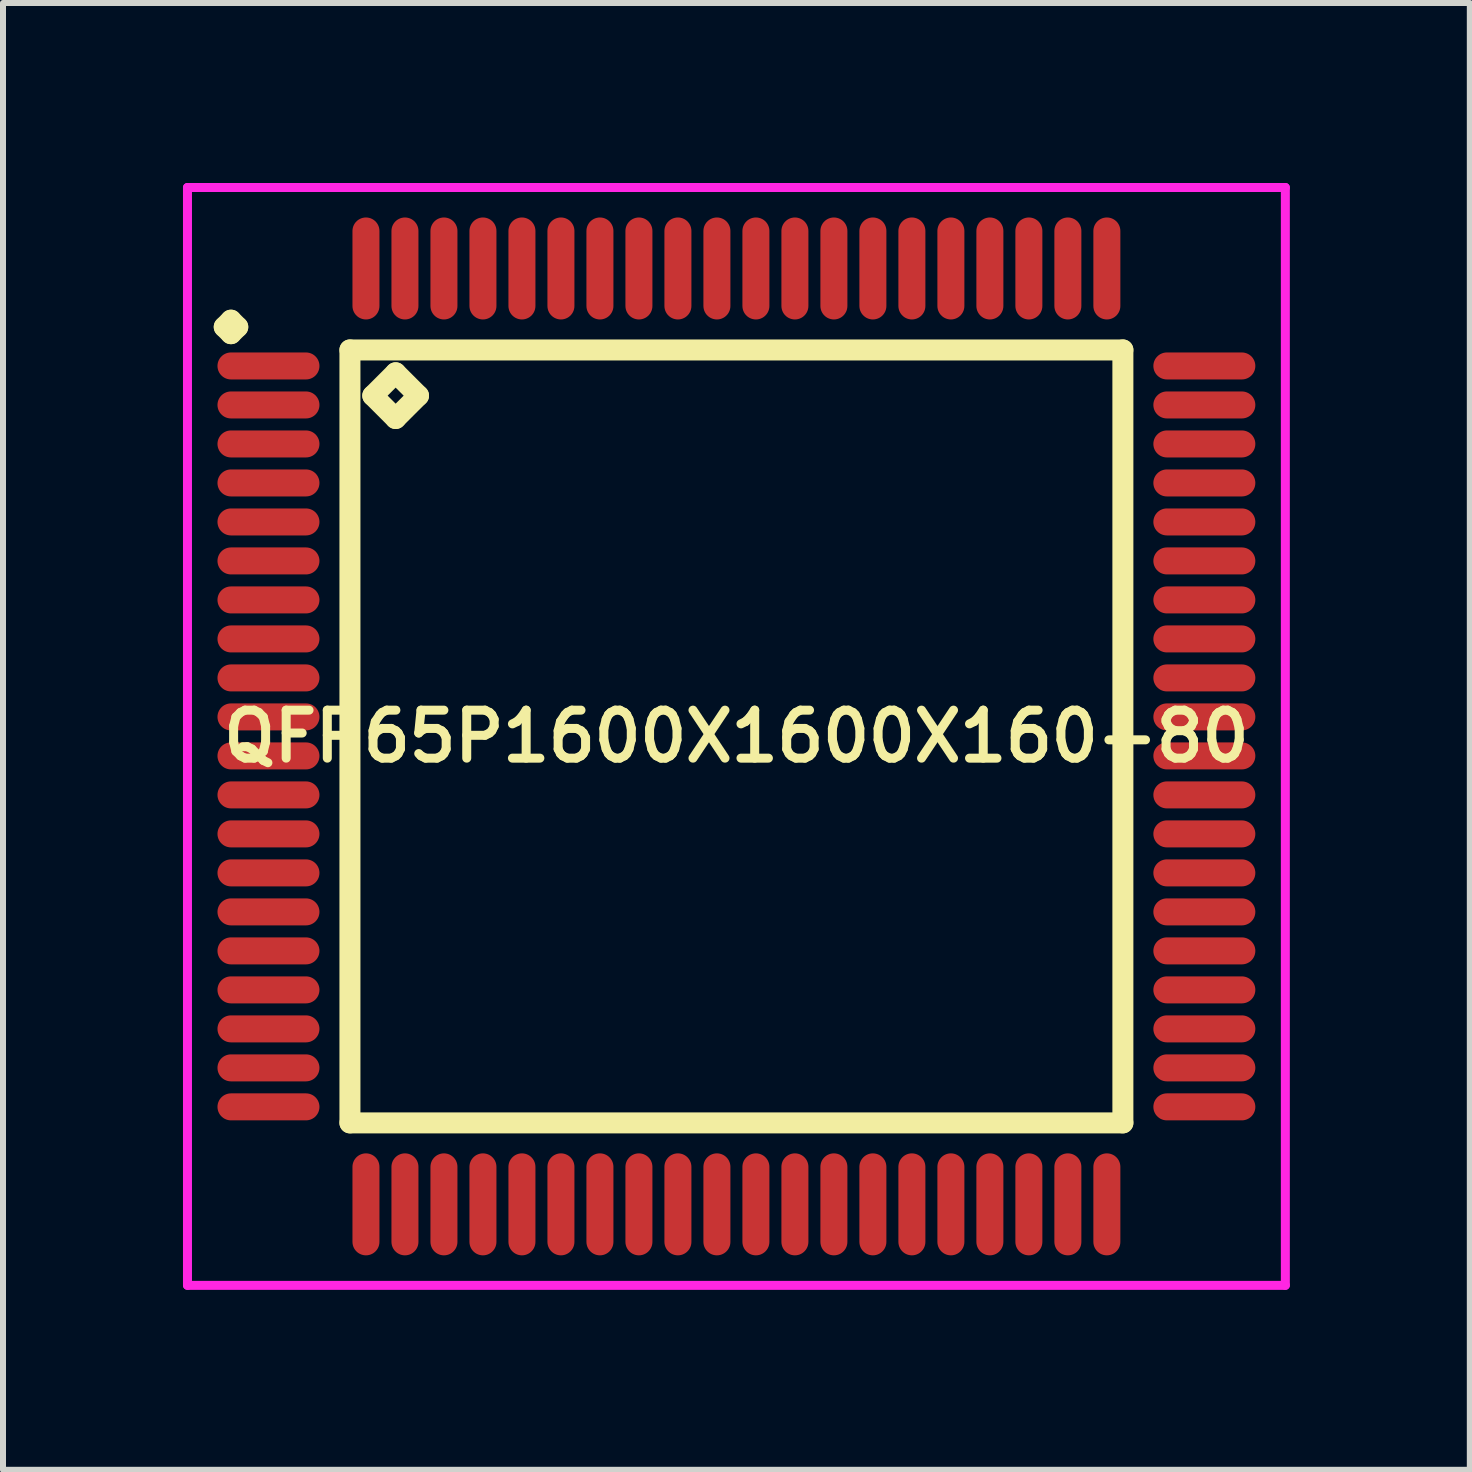
<source format=kicad_pcb>
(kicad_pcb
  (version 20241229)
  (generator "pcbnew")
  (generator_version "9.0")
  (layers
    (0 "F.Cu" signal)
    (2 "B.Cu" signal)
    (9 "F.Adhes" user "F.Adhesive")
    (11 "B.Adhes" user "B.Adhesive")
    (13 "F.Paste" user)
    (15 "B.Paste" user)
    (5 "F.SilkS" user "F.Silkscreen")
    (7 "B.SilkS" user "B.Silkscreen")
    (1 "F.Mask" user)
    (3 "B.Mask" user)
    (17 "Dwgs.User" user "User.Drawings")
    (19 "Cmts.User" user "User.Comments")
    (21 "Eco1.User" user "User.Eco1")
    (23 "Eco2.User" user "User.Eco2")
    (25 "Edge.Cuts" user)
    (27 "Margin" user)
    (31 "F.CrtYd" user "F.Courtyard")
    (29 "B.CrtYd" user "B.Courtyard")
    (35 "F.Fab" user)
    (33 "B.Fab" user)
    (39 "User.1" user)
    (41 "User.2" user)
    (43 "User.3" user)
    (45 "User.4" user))
  (footprint "QFP65P1600X1600X160-80"
    (layer "F.Cu")
    (at 9.225 9.225)
    (property "Reference" "QFP65P1600X1600X160-80" (at 0 0 0) (layer "F.SilkS") (effects (font (size 0.8 0.8) (thickness 0.15))))
    (attr smd)
    (fp_line (start -8.537 -6.825) (end -8.425 -6.938) (stroke (width 0.35) (type solid)) (layer "F.SilkS"))
    (fp_line (start -8.425 -6.938) (end -8.312 -6.825) (stroke (width 0.35) (type solid)) (layer "F.SilkS"))
    (fp_line (start -8.425 -6.713) (end -8.537 -6.825) (stroke (width 0.35) (type solid)) (layer "F.SilkS"))
    (fp_line (start -8.312 -6.825) (end -8.425 -6.713) (stroke (width 0.35) (type solid)) (layer "F.SilkS"))
    (fp_line (start -6.442 -6.442) (end -6.442 6.442) (stroke (width 0.35) (type solid)) (layer "F.SilkS"))
    (fp_line (start -6.442 6.442) (end 6.442 6.442) (stroke (width 0.35) (type solid)) (layer "F.SilkS"))
    (fp_line (start -6.061 -5.68) (end -5.68 -6.061) (stroke (width 0.35) (type solid)) (layer "F.SilkS"))
    (fp_line (start -5.68 -6.061) (end -5.299 -5.68) (stroke (width 0.35) (type solid)) (layer "F.SilkS"))
    (fp_line (start -5.68 -5.299) (end -6.061 -5.68) (stroke (width 0.35) (type solid)) (layer "F.SilkS"))
    (fp_line (start -5.299 -5.68) (end -5.68 -5.299) (stroke (width 0.35) (type solid)) (layer "F.SilkS"))
    (fp_line (start 6.442 -6.442) (end -6.442 -6.442) (stroke (width 0.35) (type solid)) (layer "F.SilkS"))
    (fp_line (start 6.442 6.442) (end 6.442 -6.442) (stroke (width 0.35) (type solid)) (layer "F.SilkS"))
    (fp_line (start -9.15 -9.15) (end 9.15 -9.15) (stroke (width 0.15) (type solid)) (layer "F.CrtYd"))
    (fp_line (start -9.15 9.15) (end -9.15 -9.15) (stroke (width 0.15) (type solid)) (layer "F.CrtYd"))
    (fp_line (start 9.15 -9.15) (end 9.15 9.15) (stroke (width 0.15) (type solid)) (layer "F.CrtYd"))
    (fp_line (start 9.15 9.15) (end -9.15 9.15) (stroke (width 0.15) (type solid)) (layer "F.CrtYd"))
    (pad "1" smd oval (at -7.8 -6.175) (size 1.7 0.45) (layers "F.Cu" "F.Mask" "F.Paste"))
    (pad "2" smd oval (at -7.8 -5.525) (size 1.7 0.45) (layers "F.Cu" "F.Mask" "F.Paste"))
    (pad "3" smd oval (at -7.8 -4.875) (size 1.7 0.45) (layers "F.Cu" "F.Mask" "F.Paste"))
    (pad "4" smd oval (at -7.8 -4.225) (size 1.7 0.45) (layers "F.Cu" "F.Mask" "F.Paste"))
    (pad "5" smd oval (at -7.8 -3.575) (size 1.7 0.45) (layers "F.Cu" "F.Mask" "F.Paste"))
    (pad "6" smd oval (at -7.8 -2.925) (size 1.7 0.45) (layers "F.Cu" "F.Mask" "F.Paste"))
    (pad "7" smd oval (at -7.8 -2.275) (size 1.7 0.45) (layers "F.Cu" "F.Mask" "F.Paste"))
    (pad "8" smd oval (at -7.8 -1.625) (size 1.7 0.45) (layers "F.Cu" "F.Mask" "F.Paste"))
    (pad "9" smd oval (at -7.8 -0.975) (size 1.7 0.45) (layers "F.Cu" "F.Mask" "F.Paste"))
    (pad "10" smd oval (at -7.8 -0.325) (size 1.7 0.45) (layers "F.Cu" "F.Mask" "F.Paste"))
    (pad "11" smd oval (at -7.8 0.325) (size 1.7 0.45) (layers "F.Cu" "F.Mask" "F.Paste"))
    (pad "12" smd oval (at -7.8 0.975) (size 1.7 0.45) (layers "F.Cu" "F.Mask" "F.Paste"))
    (pad "13" smd oval (at -7.8 1.625) (size 1.7 0.45) (layers "F.Cu" "F.Mask" "F.Paste"))
    (pad "14" smd oval (at -7.8 2.275) (size 1.7 0.45) (layers "F.Cu" "F.Mask" "F.Paste"))
    (pad "15" smd oval (at -7.8 2.925) (size 1.7 0.45) (layers "F.Cu" "F.Mask" "F.Paste"))
    (pad "16" smd oval (at -7.8 3.575) (size 1.7 0.45) (layers "F.Cu" "F.Mask" "F.Paste"))
    (pad "17" smd oval (at -7.8 4.225) (size 1.7 0.45) (layers "F.Cu" "F.Mask" "F.Paste"))
    (pad "18" smd oval (at -7.8 4.875) (size 1.7 0.45) (layers "F.Cu" "F.Mask" "F.Paste"))
    (pad "19" smd oval (at -7.8 5.525) (size 1.7 0.45) (layers "F.Cu" "F.Mask" "F.Paste"))
    (pad "20" smd oval (at -7.8 6.175) (size 1.7 0.45) (layers "F.Cu" "F.Mask" "F.Paste"))
    (pad "21" smd oval (at -6.175 7.8) (size 0.45 1.7) (layers "F.Cu" "F.Mask" "F.Paste"))
    (pad "22" smd oval (at -5.525 7.8) (size 0.45 1.7) (layers "F.Cu" "F.Mask" "F.Paste"))
    (pad "23" smd oval (at -4.875 7.8) (size 0.45 1.7) (layers "F.Cu" "F.Mask" "F.Paste"))
    (pad "24" smd oval (at -4.225 7.8) (size 0.45 1.7) (layers "F.Cu" "F.Mask" "F.Paste"))
    (pad "25" smd oval (at -3.575 7.8) (size 0.45 1.7) (layers "F.Cu" "F.Mask" "F.Paste"))
    (pad "26" smd oval (at -2.925 7.8) (size 0.45 1.7) (layers "F.Cu" "F.Mask" "F.Paste"))
    (pad "27" smd oval (at -2.275 7.8) (size 0.45 1.7) (layers "F.Cu" "F.Mask" "F.Paste"))
    (pad "28" smd oval (at -1.625 7.8) (size 0.45 1.7) (layers "F.Cu" "F.Mask" "F.Paste"))
    (pad "29" smd oval (at -0.975 7.8) (size 0.45 1.7) (layers "F.Cu" "F.Mask" "F.Paste"))
    (pad "30" smd oval (at -0.325 7.8) (size 0.45 1.7) (layers "F.Cu" "F.Mask" "F.Paste"))
    (pad "31" smd oval (at 0.325 7.8) (size 0.45 1.7) (layers "F.Cu" "F.Mask" "F.Paste"))
    (pad "32" smd oval (at 0.975 7.8) (size 0.45 1.7) (layers "F.Cu" "F.Mask" "F.Paste"))
    (pad "33" smd oval (at 1.625 7.8) (size 0.45 1.7) (layers "F.Cu" "F.Mask" "F.Paste"))
    (pad "34" smd oval (at 2.275 7.8) (size 0.45 1.7) (layers "F.Cu" "F.Mask" "F.Paste"))
    (pad "35" smd oval (at 2.925 7.8) (size 0.45 1.7) (layers "F.Cu" "F.Mask" "F.Paste"))
    (pad "36" smd oval (at 3.575 7.8) (size 0.45 1.7) (layers "F.Cu" "F.Mask" "F.Paste"))
    (pad "37" smd oval (at 4.225 7.8) (size 0.45 1.7) (layers "F.Cu" "F.Mask" "F.Paste"))
    (pad "38" smd oval (at 4.875 7.8) (size 0.45 1.7) (layers "F.Cu" "F.Mask" "F.Paste"))
    (pad "39" smd oval (at 5.525 7.8) (size 0.45 1.7) (layers "F.Cu" "F.Mask" "F.Paste"))
    (pad "40" smd oval (at 6.175 7.8) (size 0.45 1.7) (layers "F.Cu" "F.Mask" "F.Paste"))
    (pad "41" smd oval (at 7.8 6.175) (size 1.7 0.45) (layers "F.Cu" "F.Mask" "F.Paste"))
    (pad "42" smd oval (at 7.8 5.525) (size 1.7 0.45) (layers "F.Cu" "F.Mask" "F.Paste"))
    (pad "43" smd oval (at 7.8 4.875) (size 1.7 0.45) (layers "F.Cu" "F.Mask" "F.Paste"))
    (pad "44" smd oval (at 7.8 4.225) (size 1.7 0.45) (layers "F.Cu" "F.Mask" "F.Paste"))
    (pad "45" smd oval (at 7.8 3.575) (size 1.7 0.45) (layers "F.Cu" "F.Mask" "F.Paste"))
    (pad "46" smd oval (at 7.8 2.925) (size 1.7 0.45) (layers "F.Cu" "F.Mask" "F.Paste"))
    (pad "47" smd oval (at 7.8 2.275) (size 1.7 0.45) (layers "F.Cu" "F.Mask" "F.Paste"))
    (pad "48" smd oval (at 7.8 1.625) (size 1.7 0.45) (layers "F.Cu" "F.Mask" "F.Paste"))
    (pad "49" smd oval (at 7.8 0.975) (size 1.7 0.45) (layers "F.Cu" "F.Mask" "F.Paste"))
    (pad "50" smd oval (at 7.8 0.325) (size 1.7 0.45) (layers "F.Cu" "F.Mask" "F.Paste"))
    (pad "51" smd oval (at 7.8 -0.325) (size 1.7 0.45) (layers "F.Cu" "F.Mask" "F.Paste"))
    (pad "52" smd oval (at 7.8 -0.975) (size 1.7 0.45) (layers "F.Cu" "F.Mask" "F.Paste"))
    (pad "53" smd oval (at 7.8 -1.625) (size 1.7 0.45) (layers "F.Cu" "F.Mask" "F.Paste"))
    (pad "54" smd oval (at 7.8 -2.275) (size 1.7 0.45) (layers "F.Cu" "F.Mask" "F.Paste"))
    (pad "55" smd oval (at 7.8 -2.925) (size 1.7 0.45) (layers "F.Cu" "F.Mask" "F.Paste"))
    (pad "56" smd oval (at 7.8 -3.575) (size 1.7 0.45) (layers "F.Cu" "F.Mask" "F.Paste"))
    (pad "57" smd oval (at 7.8 -4.225) (size 1.7 0.45) (layers "F.Cu" "F.Mask" "F.Paste"))
    (pad "58" smd oval (at 7.8 -4.875) (size 1.7 0.45) (layers "F.Cu" "F.Mask" "F.Paste"))
    (pad "59" smd oval (at 7.8 -5.525) (size 1.7 0.45) (layers "F.Cu" "F.Mask" "F.Paste"))
    (pad "60" smd oval (at 7.8 -6.175) (size 1.7 0.45) (layers "F.Cu" "F.Mask" "F.Paste"))
    (pad "61" smd oval (at 6.175 -7.8) (size 0.45 1.7) (layers "F.Cu" "F.Mask" "F.Paste"))
    (pad "62" smd oval (at 5.525 -7.8) (size 0.45 1.7) (layers "F.Cu" "F.Mask" "F.Paste"))
    (pad "63" smd oval (at 4.875 -7.8) (size 0.45 1.7) (layers "F.Cu" "F.Mask" "F.Paste"))
    (pad "64" smd oval (at 4.225 -7.8) (size 0.45 1.7) (layers "F.Cu" "F.Mask" "F.Paste"))
    (pad "65" smd oval (at 3.575 -7.8) (size 0.45 1.7) (layers "F.Cu" "F.Mask" "F.Paste"))
    (pad "66" smd oval (at 2.925 -7.8) (size 0.45 1.7) (layers "F.Cu" "F.Mask" "F.Paste"))
    (pad "67" smd oval (at 2.275 -7.8) (size 0.45 1.7) (layers "F.Cu" "F.Mask" "F.Paste"))
    (pad "68" smd oval (at 1.625 -7.8) (size 0.45 1.7) (layers "F.Cu" "F.Mask" "F.Paste"))
    (pad "69" smd oval (at 0.975 -7.8) (size 0.45 1.7) (layers "F.Cu" "F.Mask" "F.Paste"))
    (pad "70" smd oval (at 0.325 -7.8) (size 0.45 1.7) (layers "F.Cu" "F.Mask" "F.Paste"))
    (pad "71" smd oval (at -0.325 -7.8) (size 0.45 1.7) (layers "F.Cu" "F.Mask" "F.Paste"))
    (pad "72" smd oval (at -0.975 -7.8) (size 0.45 1.7) (layers "F.Cu" "F.Mask" "F.Paste"))
    (pad "73" smd oval (at -1.625 -7.8) (size 0.45 1.7) (layers "F.Cu" "F.Mask" "F.Paste"))
    (pad "74" smd oval (at -2.275 -7.8) (size 0.45 1.7) (layers "F.Cu" "F.Mask" "F.Paste"))
    (pad "75" smd oval (at -2.925 -7.8) (size 0.45 1.7) (layers "F.Cu" "F.Mask" "F.Paste"))
    (pad "76" smd oval (at -3.575 -7.8) (size 0.45 1.7) (layers "F.Cu" "F.Mask" "F.Paste"))
    (pad "77" smd oval (at -4.225 -7.8) (size 0.45 1.7) (layers "F.Cu" "F.Mask" "F.Paste"))
    (pad "78" smd oval (at -4.875 -7.8) (size 0.45 1.7) (layers "F.Cu" "F.Mask" "F.Paste"))
    (pad "79" smd oval (at -5.525 -7.8) (size 0.45 1.7) (layers "F.Cu" "F.Mask" "F.Paste"))
    (pad "80" smd oval (at -6.175 -7.8) (size 0.45 1.7) (layers "F.Cu" "F.Mask" "F.Paste")))
  (gr_rect
    (start -3 -3)
    (end 21.45 21.45)
    (stroke (width 0.1) (type default))
    (fill no)
    (layer "Edge.Cuts")))
</source>
